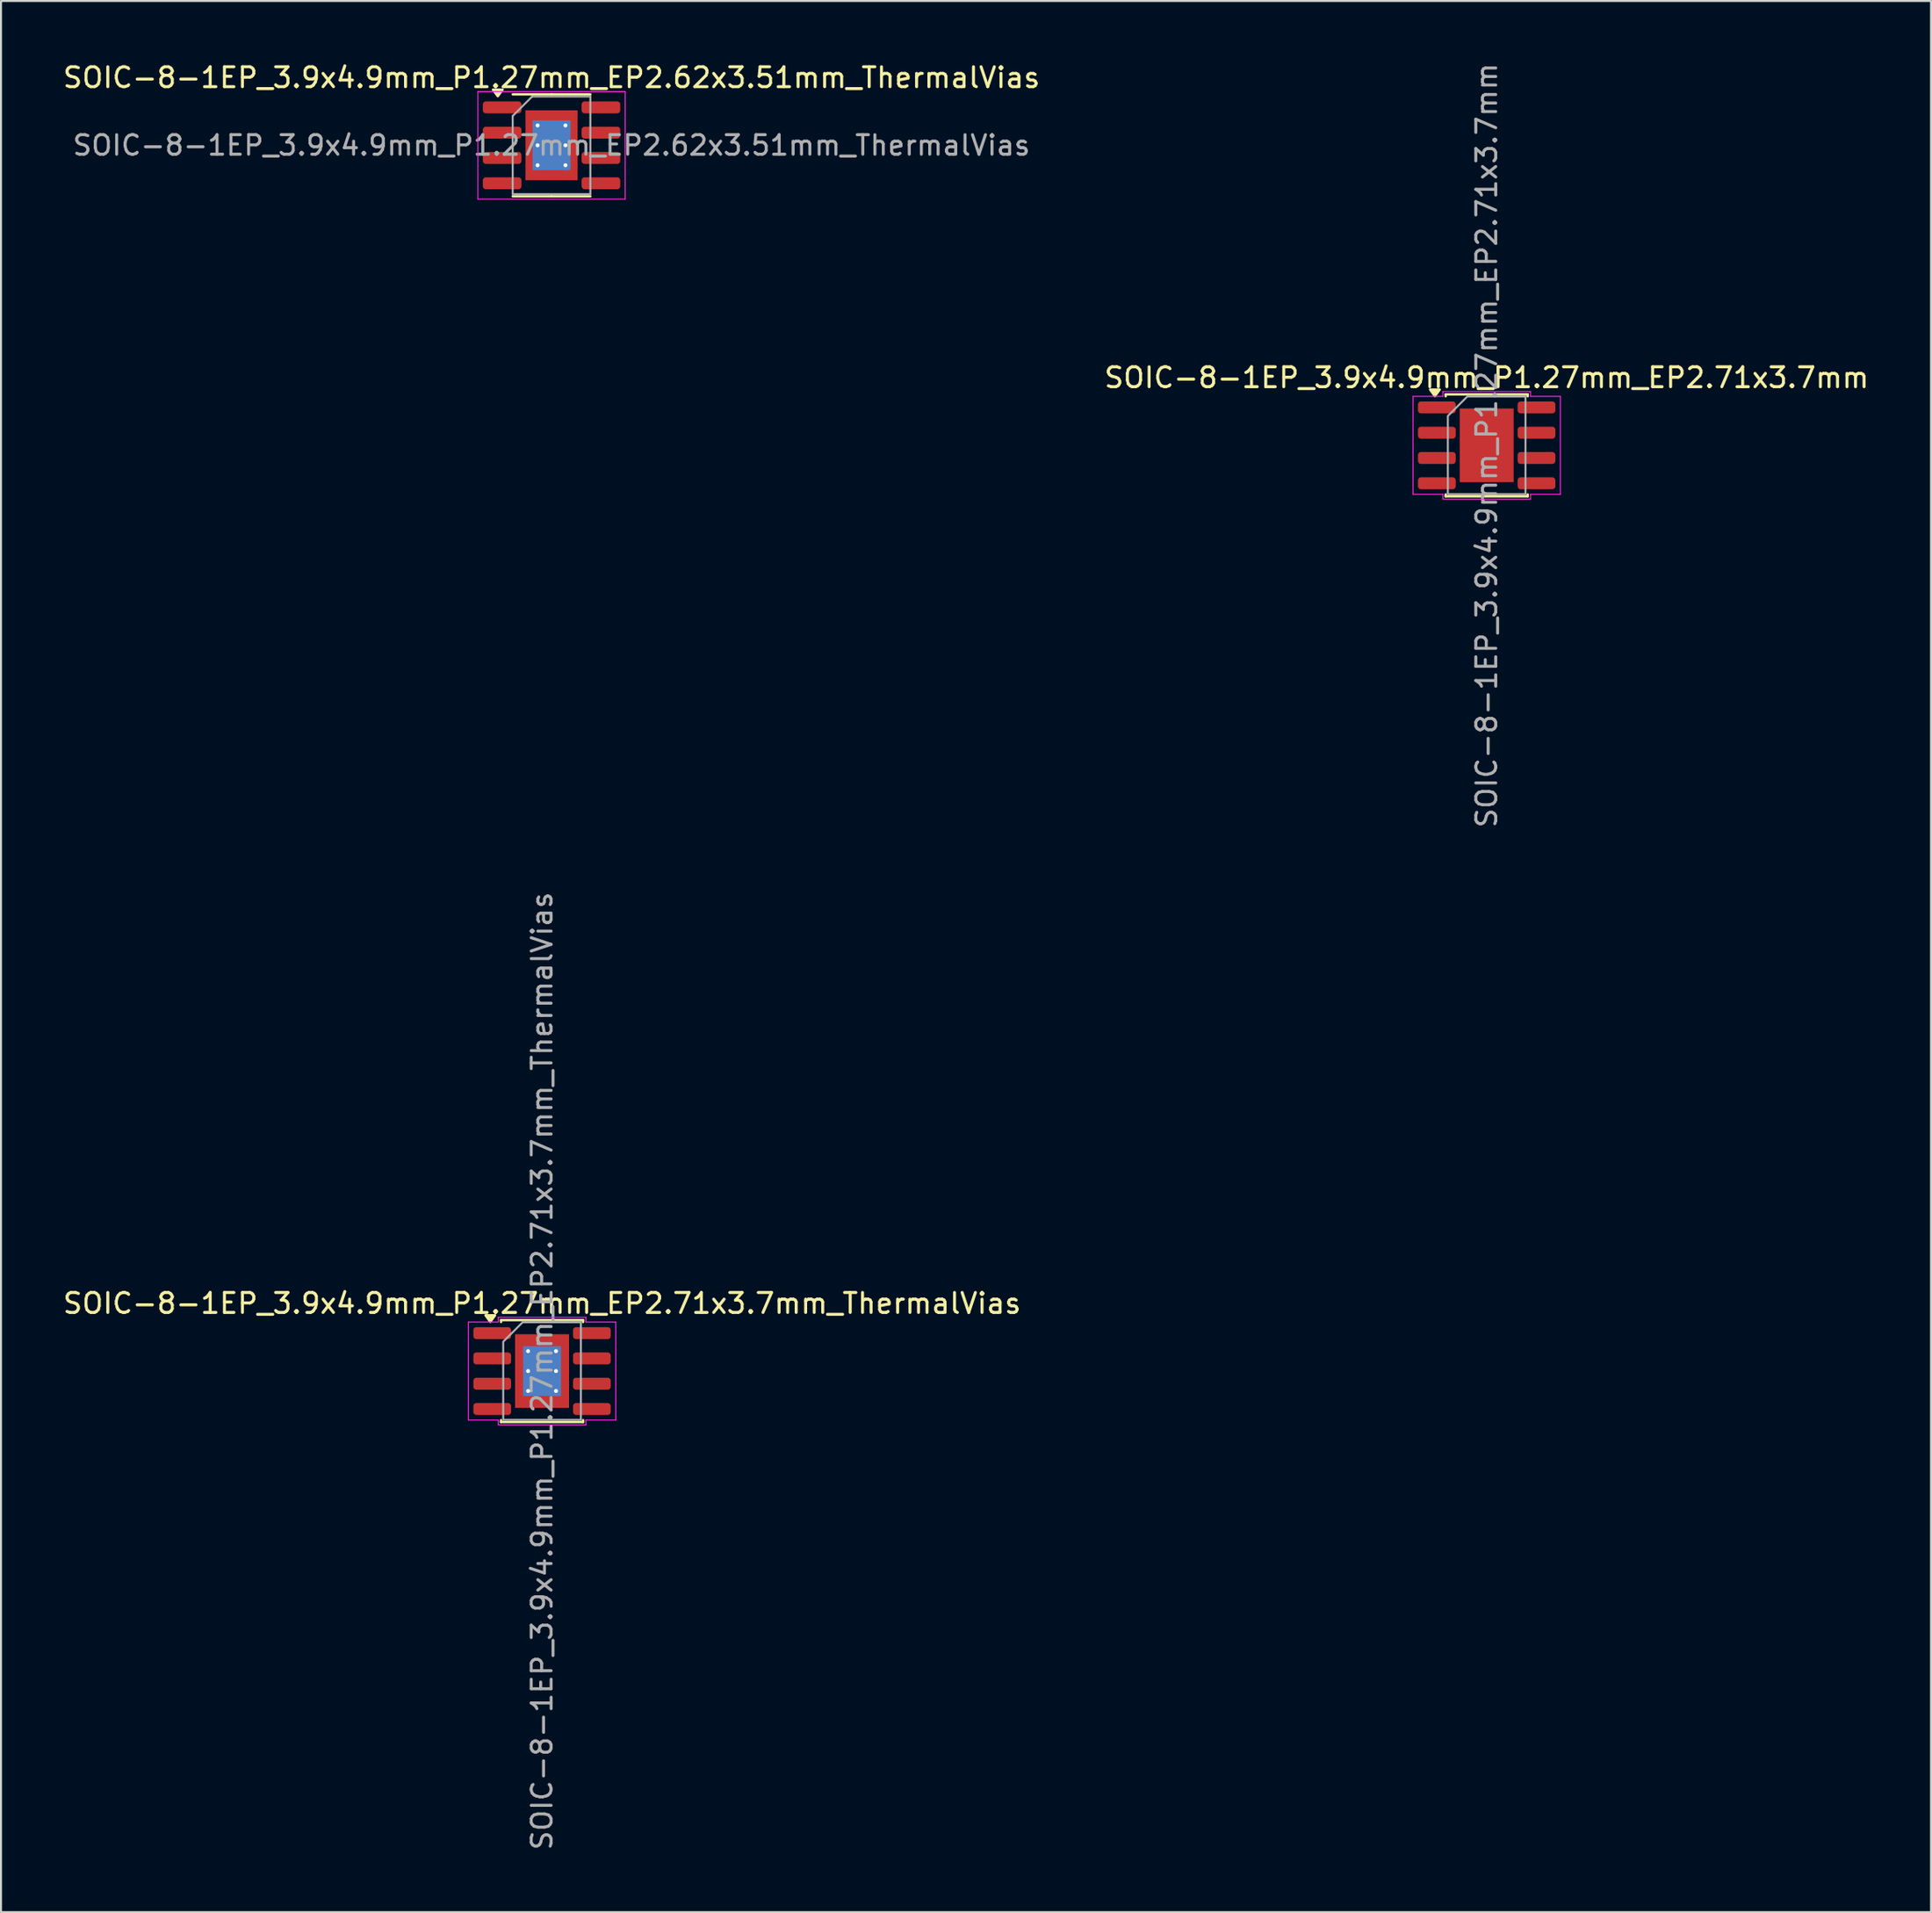
<source format=kicad_pcb>
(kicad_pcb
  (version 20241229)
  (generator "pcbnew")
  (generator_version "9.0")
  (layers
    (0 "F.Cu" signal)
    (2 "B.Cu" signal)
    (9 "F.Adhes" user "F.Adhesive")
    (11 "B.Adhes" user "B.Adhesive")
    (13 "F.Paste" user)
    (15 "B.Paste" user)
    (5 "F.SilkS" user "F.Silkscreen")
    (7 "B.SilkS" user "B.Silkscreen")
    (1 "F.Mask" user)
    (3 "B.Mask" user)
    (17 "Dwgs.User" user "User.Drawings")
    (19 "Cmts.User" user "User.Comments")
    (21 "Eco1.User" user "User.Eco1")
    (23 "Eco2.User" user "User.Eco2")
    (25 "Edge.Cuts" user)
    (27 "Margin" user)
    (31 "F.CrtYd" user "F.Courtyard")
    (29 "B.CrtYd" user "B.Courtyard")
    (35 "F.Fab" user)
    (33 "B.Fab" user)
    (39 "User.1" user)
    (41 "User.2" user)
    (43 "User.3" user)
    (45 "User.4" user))
  (footprint "SOIC-8-1EP_3.9x4.9mm_P1.27mm_EP2.71x3.7mm"
    (layer "F.Cu")
    (at 71.613 19.315)
    (property "Reference" "SOIC-8-1EP_3.9x4.9mm_P1.27mm_EP2.71x3.7mm" (at 0 -3.4 0) (layer "F.SilkS") (effects (font (size 1 1) (thickness 0.15))))
    (attr smd)
    (fp_line (start -2.06 -2.56) (end 2.06 -2.56) (stroke (width 0.12) (type solid)) (layer "F.SilkS"))
    (fp_line (start -2.06 -2.465) (end -2.06 -2.56) (stroke (width 0.12) (type solid)) (layer "F.SilkS"))
    (fp_line (start -2.06 2.56) (end -2.06 2.465) (stroke (width 0.12) (type solid)) (layer "F.SilkS"))
    (fp_line (start 2.06 -2.56) (end 2.06 -2.465) (stroke (width 0.12) (type solid)) (layer "F.SilkS"))
    (fp_line (start 2.06 2.465) (end 2.06 2.56) (stroke (width 0.12) (type solid)) (layer "F.SilkS"))
    (fp_line (start 2.06 2.56) (end -2.06 2.56) (stroke (width 0.12) (type solid)) (layer "F.SilkS"))
    (fp_poly (pts (xy -2.6 -2.47) (xy -2.84 -2.8) (xy -2.36 -2.8)) (stroke (width 0.12) (type solid)) (fill yes) (layer "F.SilkS"))
    (fp_line (start -3.7 -2.46) (end -2.2 -2.46) (stroke (width 0.05) (type solid)) (layer "F.CrtYd"))
    (fp_line (start -3.7 2.46) (end -3.7 -2.46) (stroke (width 0.05) (type solid)) (layer "F.CrtYd"))
    (fp_line (start -2.2 -2.7) (end 2.2 -2.7) (stroke (width 0.05) (type solid)) (layer "F.CrtYd"))
    (fp_line (start -2.2 -2.46) (end -2.2 -2.7) (stroke (width 0.05) (type solid)) (layer "F.CrtYd"))
    (fp_line (start -2.2 2.46) (end -3.7 2.46) (stroke (width 0.05) (type solid)) (layer "F.CrtYd"))
    (fp_line (start -2.2 2.7) (end -2.2 2.46) (stroke (width 0.05) (type solid)) (layer "F.CrtYd"))
    (fp_line (start 2.2 -2.7) (end 2.2 -2.46) (stroke (width 0.05) (type solid)) (layer "F.CrtYd"))
    (fp_line (start 2.2 -2.46) (end 3.7 -2.46) (stroke (width 0.05) (type solid)) (layer "F.CrtYd"))
    (fp_line (start 2.2 2.46) (end 2.2 2.7) (stroke (width 0.05) (type solid)) (layer "F.CrtYd"))
    (fp_line (start 2.2 2.7) (end -2.2 2.7) (stroke (width 0.05) (type solid)) (layer "F.CrtYd"))
    (fp_line (start 3.7 -2.46) (end 3.7 2.46) (stroke (width 0.05) (type solid)) (layer "F.CrtYd"))
    (fp_line (start 3.7 2.46) (end 2.2 2.46) (stroke (width 0.05) (type solid)) (layer "F.CrtYd"))
    (fp_poly (pts (xy -1.95 -1.475) (xy -1.95 2.45) (xy 1.95 2.45) (xy 1.95 -2.45) (xy -0.975 -2.45)) (stroke (width 0.1) (type solid)) (fill no) (layer "F.Fab"))
    (fp_text user "${REFERENCE}" (at 0 0 90) (layer "F.Fab") (effects (font (size 1 1) (thickness 0.15))))
    (pad "" smd roundrect (at -0.68 -0.925) (size 1.09 1.49) (layers "F.Paste") (roundrect_rratio 0.229))
    (pad "" smd roundrect (at -0.68 0.925) (size 1.09 1.49) (layers "F.Paste") (roundrect_rratio 0.229))
    (pad "" smd roundrect (at 0.68 -0.925) (size 1.09 1.49) (layers "F.Paste") (roundrect_rratio 0.229))
    (pad "" smd roundrect (at 0.68 0.925) (size 1.09 1.49) (layers "F.Paste") (roundrect_rratio 0.229))
    (pad "1" smd roundrect (at -2.502 -1.905) (size 1.895 0.6) (layers "F.Cu" "F.Mask" "F.Paste") (roundrect_rratio 0.25))
    (pad "2" smd roundrect (at -2.502 -0.635) (size 1.895 0.6) (layers "F.Cu" "F.Mask" "F.Paste") (roundrect_rratio 0.25))
    (pad "3" smd roundrect (at -2.502 0.635) (size 1.895 0.6) (layers "F.Cu" "F.Mask" "F.Paste") (roundrect_rratio 0.25))
    (pad "4" smd roundrect (at -2.502 1.905) (size 1.895 0.6) (layers "F.Cu" "F.Mask" "F.Paste") (roundrect_rratio 0.25))
    (pad "5" smd roundrect (at 2.502 1.905) (size 1.895 0.6) (layers "F.Cu" "F.Mask" "F.Paste") (roundrect_rratio 0.25))
    (pad "6" smd roundrect (at 2.502 0.635) (size 1.895 0.6) (layers "F.Cu" "F.Mask" "F.Paste") (roundrect_rratio 0.25))
    (pad "7" smd roundrect (at 2.502 -0.635) (size 1.895 0.6) (layers "F.Cu" "F.Mask" "F.Paste") (roundrect_rratio 0.25))
    (pad "8" smd roundrect (at 2.502 -1.905) (size 1.895 0.6) (layers "F.Cu" "F.Mask" "F.Paste") (roundrect_rratio 0.25))
    (pad "9" smd rect (at 0 0) (size 2.71 3.7) (property pad_prop_heatsink) (layers "F.Cu" "F.Mask")))
  (footprint "SOIC-8-1EP_3.9x4.9mm_P1.27mm_EP2.62x3.51mm_ThermalVias"
    (layer "F.Cu")
    (at 24.649 4.248)
    (property "Reference" "SOIC-8-1EP_3.9x4.9mm_P1.27mm_EP2.62x3.51mm_ThermalVias" (at 0 -3.4 0) (layer "F.SilkS") (effects (font (size 1 1) (thickness 0.15))))
    (attr smd)
    (fp_line (start 0 -2.56) (end -1.95 -2.56) (stroke (width 0.12) (type solid)) (layer "F.SilkS"))
    (fp_line (start 0 -2.56) (end 1.95 -2.56) (stroke (width 0.12) (type solid)) (layer "F.SilkS"))
    (fp_line (start 0 2.56) (end -1.95 2.56) (stroke (width 0.12) (type solid)) (layer "F.SilkS"))
    (fp_line (start 0 2.56) (end 1.95 2.56) (stroke (width 0.12) (type solid)) (layer "F.SilkS"))
    (fp_poly (pts (xy -2.7 -2.465) (xy -2.94 -2.795) (xy -2.46 -2.795) (xy -2.7 -2.465)) (stroke (width 0.12) (type solid)) (fill yes) (layer "F.SilkS"))
    (fp_line (start -3.7 -2.7) (end -3.7 2.7) (stroke (width 0.05) (type solid)) (layer "F.CrtYd"))
    (fp_line (start -3.7 2.7) (end 3.7 2.7) (stroke (width 0.05) (type solid)) (layer "F.CrtYd"))
    (fp_line (start 3.7 -2.7) (end -3.7 -2.7) (stroke (width 0.05) (type solid)) (layer "F.CrtYd"))
    (fp_line (start 3.7 2.7) (end 3.7 -2.7) (stroke (width 0.05) (type solid)) (layer "F.CrtYd"))
    (fp_line (start -1.95 -1.475) (end -0.975 -2.45) (stroke (width 0.1) (type solid)) (layer "F.Fab"))
    (fp_line (start -1.95 2.45) (end -1.95 -1.475) (stroke (width 0.1) (type solid)) (layer "F.Fab"))
    (fp_line (start -0.975 -2.45) (end 1.95 -2.45) (stroke (width 0.1) (type solid)) (layer "F.Fab"))
    (fp_line (start 1.95 -2.45) (end 1.95 2.45) (stroke (width 0.1) (type solid)) (layer "F.Fab"))
    (fp_line (start 1.95 2.45) (end -1.95 2.45) (stroke (width 0.1) (type solid)) (layer "F.Fab"))
    (fp_text user "${REFERENCE}" (at 0 0 0) (layer "F.Fab") (effects (font (size 0.98 0.98) (thickness 0.15))))
    (pad "" smd roundrect (at -0.655 -0.875) (size 1.1 1.47) (layers "F.Paste") (roundrect_rratio 0.227))
    (pad "" smd roundrect (at -0.655 0.875) (size 1.1 1.47) (layers "F.Paste") (roundrect_rratio 0.227))
    (pad "" smd roundrect (at 0.655 -0.875) (size 1.1 1.47) (layers "F.Paste") (roundrect_rratio 0.227))
    (pad "" smd roundrect (at 0.655 0.875) (size 1.1 1.47) (layers "F.Paste") (roundrect_rratio 0.227))
    (pad "1" smd roundrect (at -2.48 -1.905) (size 1.94 0.6) (layers "F.Cu" "F.Mask" "F.Paste") (roundrect_rratio 0.25))
    (pad "2" smd roundrect (at -2.48 -0.635) (size 1.94 0.6) (layers "F.Cu" "F.Mask" "F.Paste") (roundrect_rratio 0.25))
    (pad "3" smd roundrect (at -2.48 0.635) (size 1.94 0.6) (layers "F.Cu" "F.Mask" "F.Paste") (roundrect_rratio 0.25))
    (pad "4" smd roundrect (at -2.48 1.905) (size 1.94 0.6) (layers "F.Cu" "F.Mask" "F.Paste") (roundrect_rratio 0.25))
    (pad "5" smd roundrect (at 2.48 1.905) (size 1.94 0.6) (layers "F.Cu" "F.Mask" "F.Paste") (roundrect_rratio 0.25))
    (pad "6" smd roundrect (at 2.48 0.635) (size 1.94 0.6) (layers "F.Cu" "F.Mask" "F.Paste") (roundrect_rratio 0.25))
    (pad "7" smd roundrect (at 2.48 -0.635) (size 1.94 0.6) (layers "F.Cu" "F.Mask" "F.Paste") (roundrect_rratio 0.25))
    (pad "8" smd roundrect (at 2.48 -1.905) (size 1.94 0.6) (layers "F.Cu" "F.Mask" "F.Paste") (roundrect_rratio 0.25))
    (pad "9" thru_hole circle (at -0.7 -1) (size 0.5 0.5) (drill 0.2) (property pad_prop_heatsink) (layers "*.Cu"))
    (pad "9" thru_hole circle (at -0.7 0) (size 0.5 0.5) (drill 0.2) (property pad_prop_heatsink) (layers "*.Cu"))
    (pad "9" thru_hole circle (at -0.7 1) (size 0.5 0.5) (drill 0.2) (property pad_prop_heatsink) (layers "*.Cu"))
    (pad "9" smd rect (at 0 0) (size 1.9 2.5) (property pad_prop_heatsink) (layers "B.Cu"))
    (pad "9" smd rect (at 0 0) (size 2.62 3.51) (property pad_prop_heatsink) (layers "F.Cu" "F.Mask"))
    (pad "9" thru_hole circle (at 0.7 -1) (size 0.5 0.5) (drill 0.2) (property pad_prop_heatsink) (layers "*.Cu"))
    (pad "9" thru_hole circle (at 0.7 0) (size 0.5 0.5) (drill 0.2) (property pad_prop_heatsink) (layers "*.Cu"))
    (pad "9" thru_hole circle (at 0.7 1) (size 0.5 0.5) (drill 0.2) (property pad_prop_heatsink) (layers "*.Cu")))
  (footprint "SOIC-8-1EP_3.9x4.9mm_P1.27mm_EP2.71x3.7mm_ThermalVias"
    (layer "F.Cu")
    (at 24.173 65.804)
    (property "Reference" "SOIC-8-1EP_3.9x4.9mm_P1.27mm_EP2.71x3.7mm_ThermalVias" (at 0 -3.4 0) (layer "F.SilkS") (effects (font (size 1 1) (thickness 0.15))))
    (attr smd)
    (fp_line (start -2.06 -2.56) (end 2.06 -2.56) (stroke (width 0.12) (type solid)) (layer "F.SilkS"))
    (fp_line (start -2.06 -2.465) (end -2.06 -2.56) (stroke (width 0.12) (type solid)) (layer "F.SilkS"))
    (fp_line (start -2.06 2.56) (end -2.06 2.465) (stroke (width 0.12) (type solid)) (layer "F.SilkS"))
    (fp_line (start 2.06 -2.56) (end 2.06 -2.465) (stroke (width 0.12) (type solid)) (layer "F.SilkS"))
    (fp_line (start 2.06 2.465) (end 2.06 2.56) (stroke (width 0.12) (type solid)) (layer "F.SilkS"))
    (fp_line (start 2.06 2.56) (end -2.06 2.56) (stroke (width 0.12) (type solid)) (layer "F.SilkS"))
    (fp_poly (pts (xy -2.6 -2.47) (xy -2.84 -2.8) (xy -2.36 -2.8)) (stroke (width 0.12) (type solid)) (fill yes) (layer "F.SilkS"))
    (fp_line (start -3.7 -2.46) (end -2.2 -2.46) (stroke (width 0.05) (type solid)) (layer "F.CrtYd"))
    (fp_line (start -3.7 2.46) (end -3.7 -2.46) (stroke (width 0.05) (type solid)) (layer "F.CrtYd"))
    (fp_line (start -2.2 -2.7) (end 2.2 -2.7) (stroke (width 0.05) (type solid)) (layer "F.CrtYd"))
    (fp_line (start -2.2 -2.46) (end -2.2 -2.7) (stroke (width 0.05) (type solid)) (layer "F.CrtYd"))
    (fp_line (start -2.2 2.46) (end -3.7 2.46) (stroke (width 0.05) (type solid)) (layer "F.CrtYd"))
    (fp_line (start -2.2 2.7) (end -2.2 2.46) (stroke (width 0.05) (type solid)) (layer "F.CrtYd"))
    (fp_line (start 2.2 -2.7) (end 2.2 -2.46) (stroke (width 0.05) (type solid)) (layer "F.CrtYd"))
    (fp_line (start 2.2 -2.46) (end 3.7 -2.46) (stroke (width 0.05) (type solid)) (layer "F.CrtYd"))
    (fp_line (start 2.2 2.46) (end 2.2 2.7) (stroke (width 0.05) (type solid)) (layer "F.CrtYd"))
    (fp_line (start 2.2 2.7) (end -2.2 2.7) (stroke (width 0.05) (type solid)) (layer "F.CrtYd"))
    (fp_line (start 3.7 -2.46) (end 3.7 2.46) (stroke (width 0.05) (type solid)) (layer "F.CrtYd"))
    (fp_line (start 3.7 2.46) (end 2.2 2.46) (stroke (width 0.05) (type solid)) (layer "F.CrtYd"))
    (fp_poly (pts (xy -1.95 -1.475) (xy -1.95 2.45) (xy 1.95 2.45) (xy 1.95 -2.45) (xy -0.975 -2.45)) (stroke (width 0.1) (type solid)) (fill no) (layer "F.Fab"))
    (fp_text user "${REFERENCE}" (at 0 0 90) (layer "F.Fab") (effects (font (size 1 1) (thickness 0.15))))
    (pad "" smd roundrect (at -0.68 -0.925) (size 1.13 1.55) (layers "F.Paste") (roundrect_rratio 0.221))
    (pad "" smd roundrect (at -0.68 0.925) (size 1.13 1.55) (layers "F.Paste") (roundrect_rratio 0.221))
    (pad "" smd roundrect (at 0.68 -0.925) (size 1.13 1.55) (layers "F.Paste") (roundrect_rratio 0.221))
    (pad "" smd roundrect (at 0.68 0.925) (size 1.13 1.55) (layers "F.Paste") (roundrect_rratio 0.221))
    (pad "1" smd roundrect (at -2.502 -1.905) (size 1.895 0.6) (layers "F.Cu" "F.Mask" "F.Paste") (roundrect_rratio 0.25))
    (pad "2" smd roundrect (at -2.502 -0.635) (size 1.895 0.6) (layers "F.Cu" "F.Mask" "F.Paste") (roundrect_rratio 0.25))
    (pad "3" smd roundrect (at -2.502 0.635) (size 1.895 0.6) (layers "F.Cu" "F.Mask" "F.Paste") (roundrect_rratio 0.25))
    (pad "4" smd roundrect (at -2.502 1.905) (size 1.895 0.6) (layers "F.Cu" "F.Mask" "F.Paste") (roundrect_rratio 0.25))
    (pad "5" smd roundrect (at 2.502 1.905) (size 1.895 0.6) (layers "F.Cu" "F.Mask" "F.Paste") (roundrect_rratio 0.25))
    (pad "6" smd roundrect (at 2.502 0.635) (size 1.895 0.6) (layers "F.Cu" "F.Mask" "F.Paste") (roundrect_rratio 0.25))
    (pad "7" smd roundrect (at 2.502 -0.635) (size 1.895 0.6) (layers "F.Cu" "F.Mask" "F.Paste") (roundrect_rratio 0.25))
    (pad "8" smd roundrect (at 2.502 -1.905) (size 1.895 0.6) (layers "F.Cu" "F.Mask" "F.Paste") (roundrect_rratio 0.25))
    (pad "9" thru_hole circle (at -0.7 -1) (size 0.5 0.5) (drill 0.2) (property pad_prop_heatsink) (layers "*.Cu"))
    (pad "9" thru_hole circle (at -0.7 0) (size 0.5 0.5) (drill 0.2) (property pad_prop_heatsink) (layers "*.Cu"))
    (pad "9" thru_hole circle (at -0.7 1) (size 0.5 0.5) (drill 0.2) (property pad_prop_heatsink) (layers "*.Cu"))
    (pad "9" smd rect (at 0 0) (size 1.9 2.5) (property pad_prop_heatsink) (layers "B.Cu"))
    (pad "9" smd rect (at 0 0) (size 2.71 3.7) (property pad_prop_heatsink) (layers "F.Cu" "F.Mask"))
    (pad "9" thru_hole circle (at 0.7 -1) (size 0.5 0.5) (drill 0.2) (property pad_prop_heatsink) (layers "*.Cu"))
    (pad "9" thru_hole circle (at 0.7 0) (size 0.5 0.5) (drill 0.2) (property pad_prop_heatsink) (layers "*.Cu"))
    (pad "9" thru_hole circle (at 0.7 1) (size 0.5 0.5) (drill 0.2) (property pad_prop_heatsink) (layers "*.Cu")))
  (gr_rect
    (start -3 -3)
    (end 93.929 92.976)
    (stroke (width 0.1) (type default))
    (fill no)
    (layer "Edge.Cuts")))
</source>
